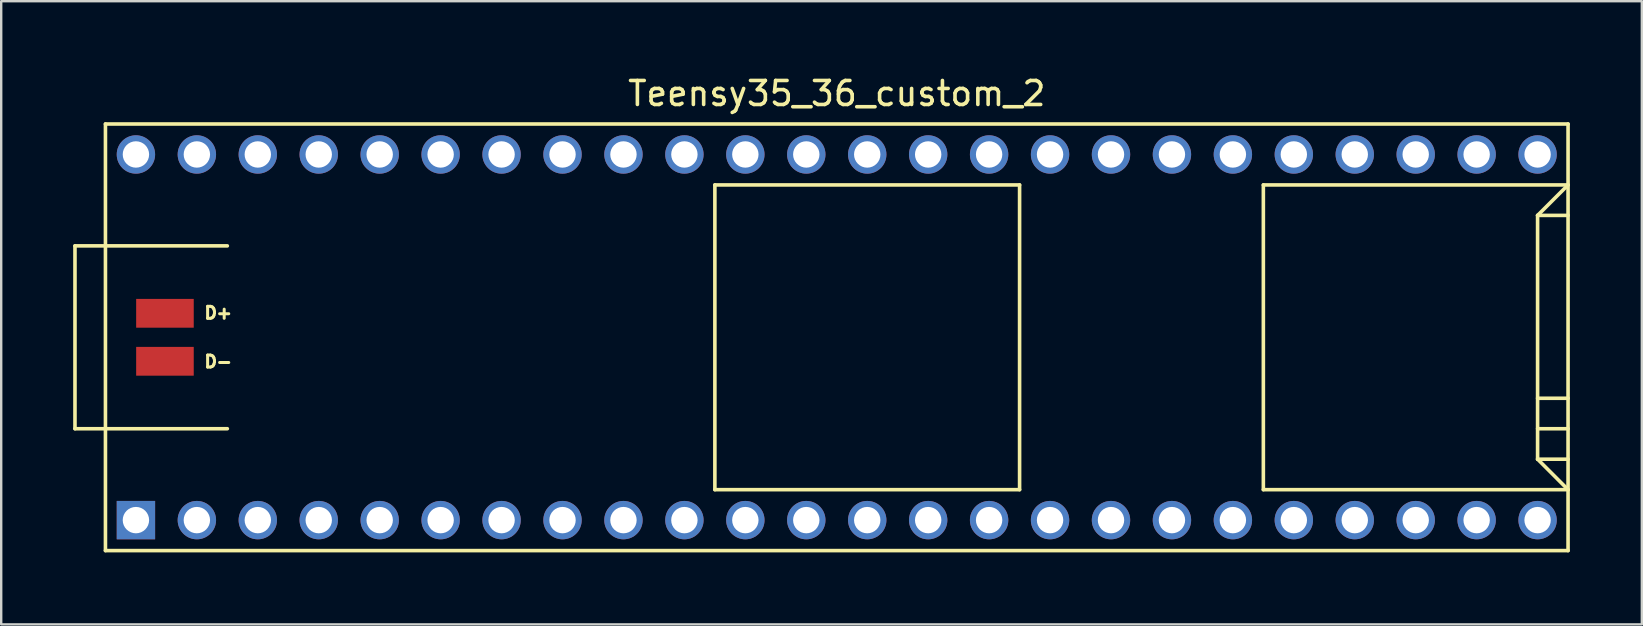
<source format=kicad_pcb>
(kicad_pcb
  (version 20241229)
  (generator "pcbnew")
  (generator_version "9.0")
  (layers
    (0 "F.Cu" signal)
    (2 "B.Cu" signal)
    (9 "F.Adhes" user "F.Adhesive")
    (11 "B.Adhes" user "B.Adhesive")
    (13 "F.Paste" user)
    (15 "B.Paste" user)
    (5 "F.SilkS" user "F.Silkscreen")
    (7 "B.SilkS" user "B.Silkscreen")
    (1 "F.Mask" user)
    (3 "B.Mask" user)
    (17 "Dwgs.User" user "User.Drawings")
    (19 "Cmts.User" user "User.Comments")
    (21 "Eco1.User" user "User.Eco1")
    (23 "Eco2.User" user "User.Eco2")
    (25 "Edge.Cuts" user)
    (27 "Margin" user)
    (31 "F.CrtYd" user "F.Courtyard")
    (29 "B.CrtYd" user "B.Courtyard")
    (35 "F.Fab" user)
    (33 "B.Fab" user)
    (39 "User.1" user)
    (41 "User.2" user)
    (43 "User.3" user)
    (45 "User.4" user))
  (footprint "Teensy35_36_custom_2"
    (layer "F.Cu")
    (at 31.825 11.008)
    (property "Reference" "Teensy35_36_custom_2" (at 0 -10.16 0) (layer "F.SilkS") (effects (font (size 1 1) (thickness 0.15))))
    (attr through_hole)
    (fp_line (start -31.75 -3.81) (end -30.48 -3.81) (stroke (width 0.15) (type solid)) (layer "F.SilkS"))
    (fp_line (start -31.75 3.81) (end -31.75 -3.81) (stroke (width 0.15) (type solid)) (layer "F.SilkS"))
    (fp_line (start -30.48 3.81) (end -31.75 3.81) (stroke (width 0.15) (type solid)) (layer "F.SilkS"))
    (fp_line (start -30.48 8.89) (end -30.48 -8.89) (stroke (width 0.15) (type solid)) (layer "F.SilkS"))
    (fp_line (start -30.48 8.89) (end 30.48 8.89) (stroke (width 0.15) (type solid)) (layer "F.SilkS"))
    (fp_line (start -25.4 -3.81) (end -30.48 -3.81) (stroke (width 0.15) (type solid)) (layer "F.SilkS"))
    (fp_line (start -25.4 3.81) (end -30.48 3.81) (stroke (width 0.15) (type solid)) (layer "F.SilkS"))
    (fp_line (start -5.08 -6.35) (end -5.08 6.35) (stroke (width 0.15) (type solid)) (layer "F.SilkS"))
    (fp_line (start -5.08 -6.35) (end 7.62 -6.35) (stroke (width 0.15) (type solid)) (layer "F.SilkS"))
    (fp_line (start -5.08 6.35) (end 7.62 6.35) (stroke (width 0.15) (type solid)) (layer "F.SilkS"))
    (fp_line (start 7.62 6.35) (end 7.62 -6.35) (stroke (width 0.15) (type solid)) (layer "F.SilkS"))
    (fp_line (start 17.78 -6.35) (end 17.78 6.35) (stroke (width 0.15) (type solid)) (layer "F.SilkS"))
    (fp_line (start 17.78 6.35) (end 30.48 6.35) (stroke (width 0.15) (type solid)) (layer "F.SilkS"))
    (fp_line (start 29.21 -5.08) (end 30.48 -6.35) (stroke (width 0.15) (type solid)) (layer "F.SilkS"))
    (fp_line (start 29.21 -5.08) (end 30.48 -5.08) (stroke (width 0.15) (type solid)) (layer "F.SilkS"))
    (fp_line (start 29.21 2.54) (end 30.48 2.54) (stroke (width 0.15) (type solid)) (layer "F.SilkS"))
    (fp_line (start 29.21 3.81) (end 30.48 3.81) (stroke (width 0.15) (type solid)) (layer "F.SilkS"))
    (fp_line (start 29.21 5.08) (end 29.21 -5.08) (stroke (width 0.15) (type solid)) (layer "F.SilkS"))
    (fp_line (start 29.21 5.08) (end 30.48 5.08) (stroke (width 0.15) (type solid)) (layer "F.SilkS"))
    (fp_line (start 30.48 -8.89) (end -30.48 -8.89) (stroke (width 0.15) (type solid)) (layer "F.SilkS"))
    (fp_line (start 30.48 -8.89) (end 30.48 8.89) (stroke (width 0.15) (type solid)) (layer "F.SilkS"))
    (fp_line (start 30.48 -6.35) (end 17.78 -6.35) (stroke (width 0.15) (type solid)) (layer "F.SilkS"))
    (fp_line (start 30.48 6.35) (end 29.21 5.08) (stroke (width 0.15) (type solid)) (layer "F.SilkS"))
    (fp_text user "D-" (at -25.781 1.016 0) (layer "F.SilkS") (effects (font (size 0.5 0.5) (thickness 0.125))))
    (fp_text user "D+" (at -25.781 -1.016 0) (layer "F.SilkS") (effects (font (size 0.5 0.5) (thickness 0.125))))
    (pad "1" thru_hole rect (at -29.21 7.62) (size 1.6 1.6) (drill 1.1) (layers "*.Cu" "*.Mask"))
    (pad "2" thru_hole circle (at -26.67 7.62) (size 1.6 1.6) (drill 1.1) (layers "*.Cu" "*.Mask"))
    (pad "3" thru_hole circle (at -24.13 7.62) (size 1.6 1.6) (drill 1.1) (layers "*.Cu" "*.Mask"))
    (pad "4" thru_hole circle (at -21.59 7.62) (size 1.6 1.6) (drill 1.1) (layers "*.Cu" "*.Mask"))
    (pad "5" thru_hole circle (at -19.05 7.62) (size 1.6 1.6) (drill 1.1) (layers "*.Cu" "*.Mask"))
    (pad "6" thru_hole circle (at -16.51 7.62) (size 1.6 1.6) (drill 1.1) (layers "*.Cu" "*.Mask"))
    (pad "7" thru_hole circle (at -13.97 7.62) (size 1.6 1.6) (drill 1.1) (layers "*.Cu" "*.Mask"))
    (pad "8" thru_hole circle (at -11.43 7.62) (size 1.6 1.6) (drill 1.1) (layers "*.Cu" "*.Mask"))
    (pad "9" thru_hole circle (at -8.89 7.62) (size 1.6 1.6) (drill 1.1) (layers "*.Cu" "*.Mask"))
    (pad "10" thru_hole circle (at -6.35 7.62) (size 1.6 1.6) (drill 1.1) (layers "*.Cu" "*.Mask"))
    (pad "11" thru_hole circle (at -3.81 7.62) (size 1.6 1.6) (drill 1.1) (layers "*.Cu" "*.Mask"))
    (pad "12" thru_hole circle (at -1.27 7.62) (size 1.6 1.6) (drill 1.1) (layers "*.Cu" "*.Mask"))
    (pad "13" thru_hole circle (at 1.27 7.62) (size 1.6 1.6) (drill 1.1) (layers "*.Cu" "*.Mask"))
    (pad "14" thru_hole circle (at 3.81 7.62) (size 1.6 1.6) (drill 1.1) (layers "*.Cu" "*.Mask"))
    (pad "15" thru_hole circle (at 6.35 7.62) (size 1.6 1.6) (drill 1.1) (layers "*.Cu" "*.Mask"))
    (pad "16" thru_hole circle (at 8.89 7.62) (size 1.6 1.6) (drill 1.1) (layers "*.Cu" "*.Mask"))
    (pad "17" thru_hole circle (at 11.43 7.62) (size 1.6 1.6) (drill 1.1) (layers "*.Cu" "*.Mask"))
    (pad "18" thru_hole circle (at 13.97 7.62) (size 1.6 1.6) (drill 1.1) (layers "*.Cu" "*.Mask"))
    (pad "19" thru_hole circle (at 16.51 7.62) (size 1.6 1.6) (drill 1.1) (layers "*.Cu" "*.Mask"))
    (pad "20" thru_hole circle (at 19.05 7.62) (size 1.6 1.6) (drill 1.1) (layers "*.Cu" "*.Mask"))
    (pad "21" thru_hole circle (at 21.59 7.62) (size 1.6 1.6) (drill 1.1) (layers "*.Cu" "*.Mask"))
    (pad "22" thru_hole circle (at 24.13 7.62) (size 1.6 1.6) (drill 1.1) (layers "*.Cu" "*.Mask"))
    (pad "23" thru_hole circle (at 26.67 7.62) (size 1.6 1.6) (drill 1.1) (layers "*.Cu" "*.Mask"))
    (pad "24" thru_hole circle (at 29.21 7.62) (size 1.6 1.6) (drill 1.1) (layers "*.Cu" "*.Mask"))
    (pad "30" thru_hole circle (at 29.21 -7.62) (size 1.6 1.6) (drill 1.1) (layers "*.Cu" "*.Mask"))
    (pad "31" thru_hole circle (at 26.67 -7.62) (size 1.6 1.6) (drill 1.1) (layers "*.Cu" "*.Mask"))
    (pad "32" thru_hole circle (at 24.13 -7.62) (size 1.6 1.6) (drill 1.1) (layers "*.Cu" "*.Mask"))
    (pad "33" thru_hole circle (at 21.59 -7.62) (size 1.6 1.6) (drill 1.1) (layers "*.Cu" "*.Mask"))
    (pad "34" thru_hole circle (at 19.05 -7.62) (size 1.6 1.6) (drill 1.1) (layers "*.Cu" "*.Mask"))
    (pad "35" thru_hole circle (at 16.51 -7.62) (size 1.6 1.6) (drill 1.1) (layers "*.Cu" "*.Mask"))
    (pad "36" thru_hole circle (at 13.97 -7.62) (size 1.6 1.6) (drill 1.1) (layers "*.Cu" "*.Mask"))
    (pad "37" thru_hole circle (at 11.43 -7.62) (size 1.6 1.6) (drill 1.1) (layers "*.Cu" "*.Mask"))
    (pad "38" thru_hole circle (at 8.89 -7.62) (size 1.6 1.6) (drill 1.1) (layers "*.Cu" "*.Mask"))
    (pad "39" thru_hole circle (at 6.35 -7.62) (size 1.6 1.6) (drill 1.1) (layers "*.Cu" "*.Mask"))
    (pad "40" thru_hole circle (at 3.81 -7.62) (size 1.6 1.6) (drill 1.1) (layers "*.Cu" "*.Mask"))
    (pad "41" thru_hole circle (at 1.27 -7.62) (size 1.6 1.6) (drill 1.1) (layers "*.Cu" "*.Mask"))
    (pad "42" thru_hole circle (at -1.27 -7.62) (size 1.6 1.6) (drill 1.1) (layers "*.Cu" "*.Mask"))
    (pad "43" thru_hole circle (at -3.81 -7.62) (size 1.6 1.6) (drill 1.1) (layers "*.Cu" "*.Mask"))
    (pad "44" thru_hole circle (at -6.35 -7.62) (size 1.6 1.6) (drill 1.1) (layers "*.Cu" "*.Mask"))
    (pad "45" thru_hole circle (at -8.89 -7.62) (size 1.6 1.6) (drill 1.1) (layers "*.Cu" "*.Mask"))
    (pad "46" thru_hole circle (at -11.43 -7.62) (size 1.6 1.6) (drill 1.1) (layers "*.Cu" "*.Mask"))
    (pad "47" thru_hole circle (at -13.97 -7.62) (size 1.6 1.6) (drill 1.1) (layers "*.Cu" "*.Mask"))
    (pad "48" thru_hole circle (at -16.51 -7.62) (size 1.6 1.6) (drill 1.1) (layers "*.Cu" "*.Mask"))
    (pad "49" thru_hole circle (at -19.05 -7.62) (size 1.6 1.6) (drill 1.1) (layers "*.Cu" "*.Mask"))
    (pad "50" thru_hole circle (at -21.59 -7.62) (size 1.6 1.6) (drill 1.1) (layers "*.Cu" "*.Mask"))
    (pad "51" thru_hole circle (at -24.13 -7.62) (size 1.6 1.6) (drill 1.1) (layers "*.Cu" "*.Mask"))
    (pad "52" thru_hole circle (at -26.67 -7.62) (size 1.6 1.6) (drill 1.1) (layers "*.Cu" "*.Mask"))
    (pad "53" thru_hole circle (at -29.21 -7.62) (size 1.6 1.6) (drill 1.1) (layers "*.Cu" "*.Mask"))
    (pad "56" smd rect (at -28 1) (size 2.4 1.2) (layers "F.Cu" "F.Mask" "F.Paste"))
    (pad "57" smd rect (at -28 -1) (size 2.4 1.2) (layers "F.Cu" "F.Mask" "F.Paste")))
  (gr_rect
    (start -3 -3)
    (end 65.38 22.973)
    (stroke (width 0.1) (type default))
    (fill no)
    (layer "Edge.Cuts")))
</source>
